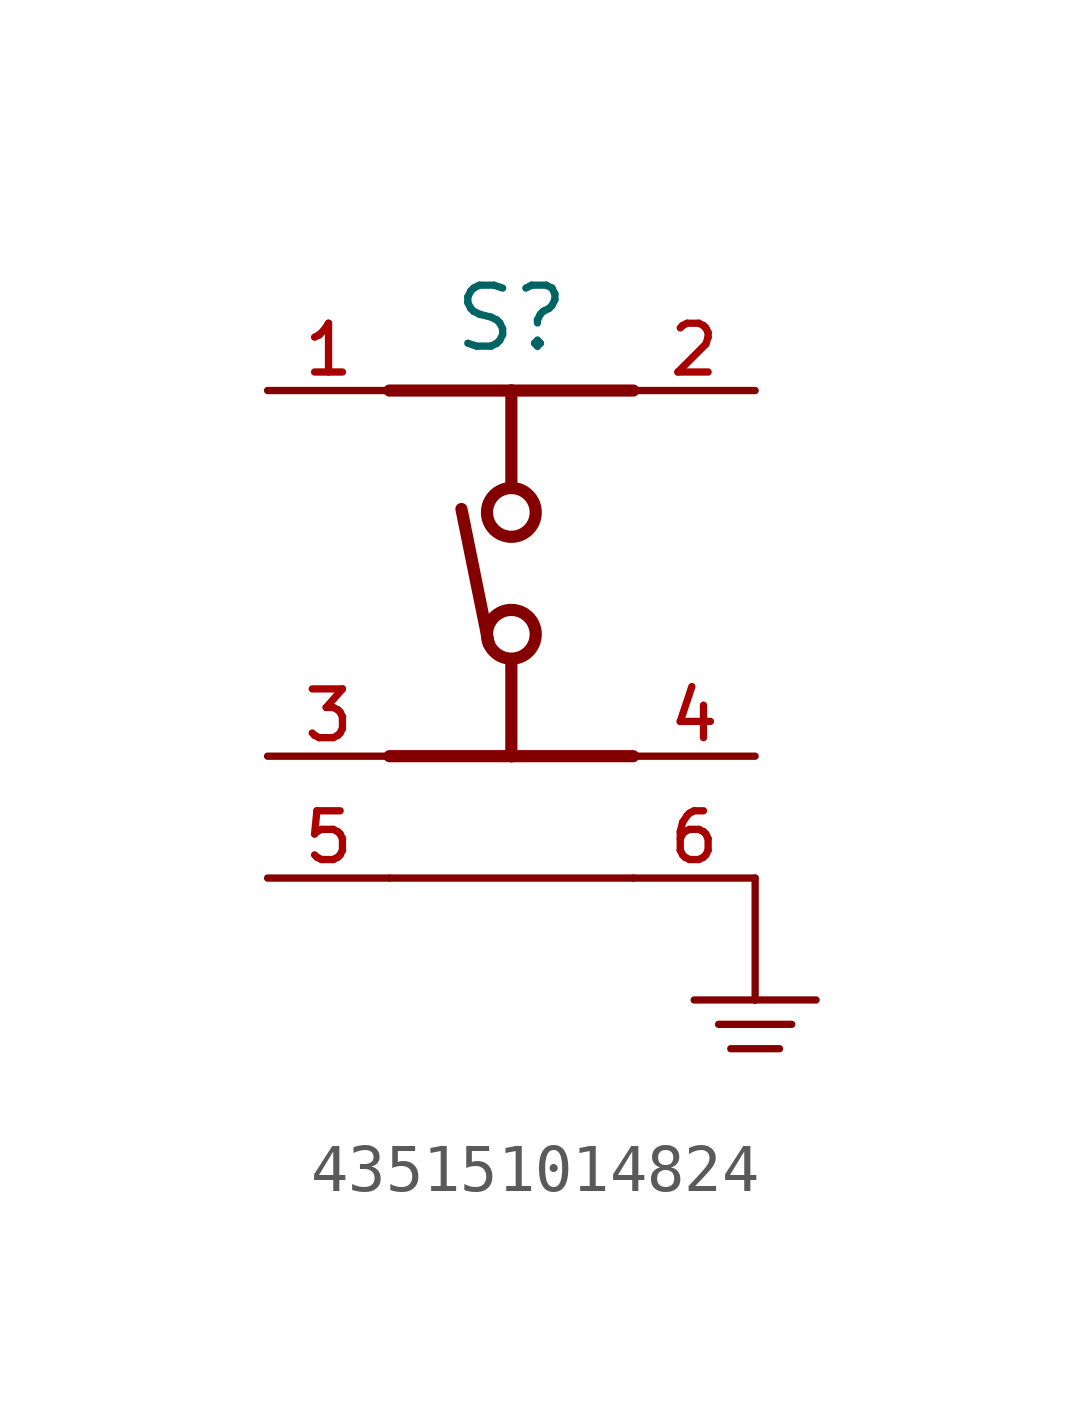
<source format=kicad_sym>
(kicad_symbol_lib
  (version 20231120)
  (generator "kicad_symbol_editor")
  (generator_version "8.0")
  (symbol "435151014824"
    (pin_names
      (offset 1.016))
    (property "Reference" "S"
      (at 0 3.302 0)
      (effects (font (size 1.27 1.27)) (justify bottom)))
    (symbol "435151014824_0_0"
      (circle (center 0 -2.54) (radius 0.508) (stroke (width 0.254) (type default)) (fill (type none)))
      (polyline (pts (xy -2.54 -7.62) (xy 2.54 -7.62)) (stroke (width 0.152) (type default)) (fill (type none)))
      (polyline (pts (xy -2.54 -5.08) (xy 0 -5.08)) (stroke (width 0.254) (type default)) (fill (type none)))
      (polyline (pts (xy -2.54 2.54) (xy 0 2.54)) (stroke (width 0.254) (type default)) (fill (type none)))
      (polyline (pts (xy -0.47 -2.74) (xy -1.04 0.07)) (stroke (width 0.254) (type default)) (fill (type none)))
      (polyline (pts (xy 0 -5.08) (xy 2.54 -5.08)) (stroke (width 0.254) (type default)) (fill (type none)))
      (polyline (pts (xy 0 -3.175) (xy 0 -5.08)) (stroke (width 0.254) (type default)) (fill (type none)))
      (polyline (pts (xy 0 2.54) (xy 0 0.635)) (stroke (width 0.254) (type default)) (fill (type none)))
      (polyline (pts (xy 0 2.54) (xy 2.54 2.54)) (stroke (width 0.254) (type default)) (fill (type none)))
      (polyline (pts (xy 3.81 -10.16) (xy 5.08 -10.16)) (stroke (width 0.152) (type default)) (fill (type none)))
      (polyline (pts (xy 4.318 -10.668) (xy 5.842 -10.668)) (stroke (width 0.152) (type default)) (fill (type none)))
      (polyline (pts (xy 4.572 -11.176) (xy 5.588 -11.176)) (stroke (width 0.152) (type default)) (fill (type none)))
      (polyline (pts (xy 5.08 -10.16) (xy 6.35 -10.16)) (stroke (width 0.152) (type default)) (fill (type none)))
      (polyline (pts (xy 5.08 -7.62) (xy 5.08 -10.16)) (stroke (width 0.152) (type default)) (fill (type none)))
      (circle (center 0 0) (radius 0.508) (stroke (width 0.254) (type default)) (fill (type none)))
      (pin passive line (at -5.08 2.54 0) (length 2.54) (name "~" (effects (font (size 1.016 1.016)))) (number "1" (effects (font (size 1.016 1.016)))))
      (pin passive line (at 5.08 2.54 180) (length 2.54) (name "~" (effects (font (size 1.016 1.016)))) (number "2" (effects (font (size 1.016 1.016)))))
      (pin passive line (at -5.08 -5.08 0) (length 2.54) (name "~" (effects (font (size 1.016 1.016)))) (number "3" (effects (font (size 1.016 1.016)))))
      (pin passive line (at 5.08 -5.08 180) (length 2.54) (name "~" (effects (font (size 1.016 1.016)))) (number "4" (effects (font (size 1.016 1.016)))))
      (pin passive line (at -5.08 -7.62 0) (length 2.54) (name "~" (effects (font (size 1.016 1.016)))) (number "5" (effects (font (size 1.016 1.016)))))
      (pin passive line (at 5.08 -7.62 180) (length 2.54) (name "~" (effects (font (size 1.016 1.016)))) (number "6" (effects (font (size 1.016 1.016))))))))
</source>
